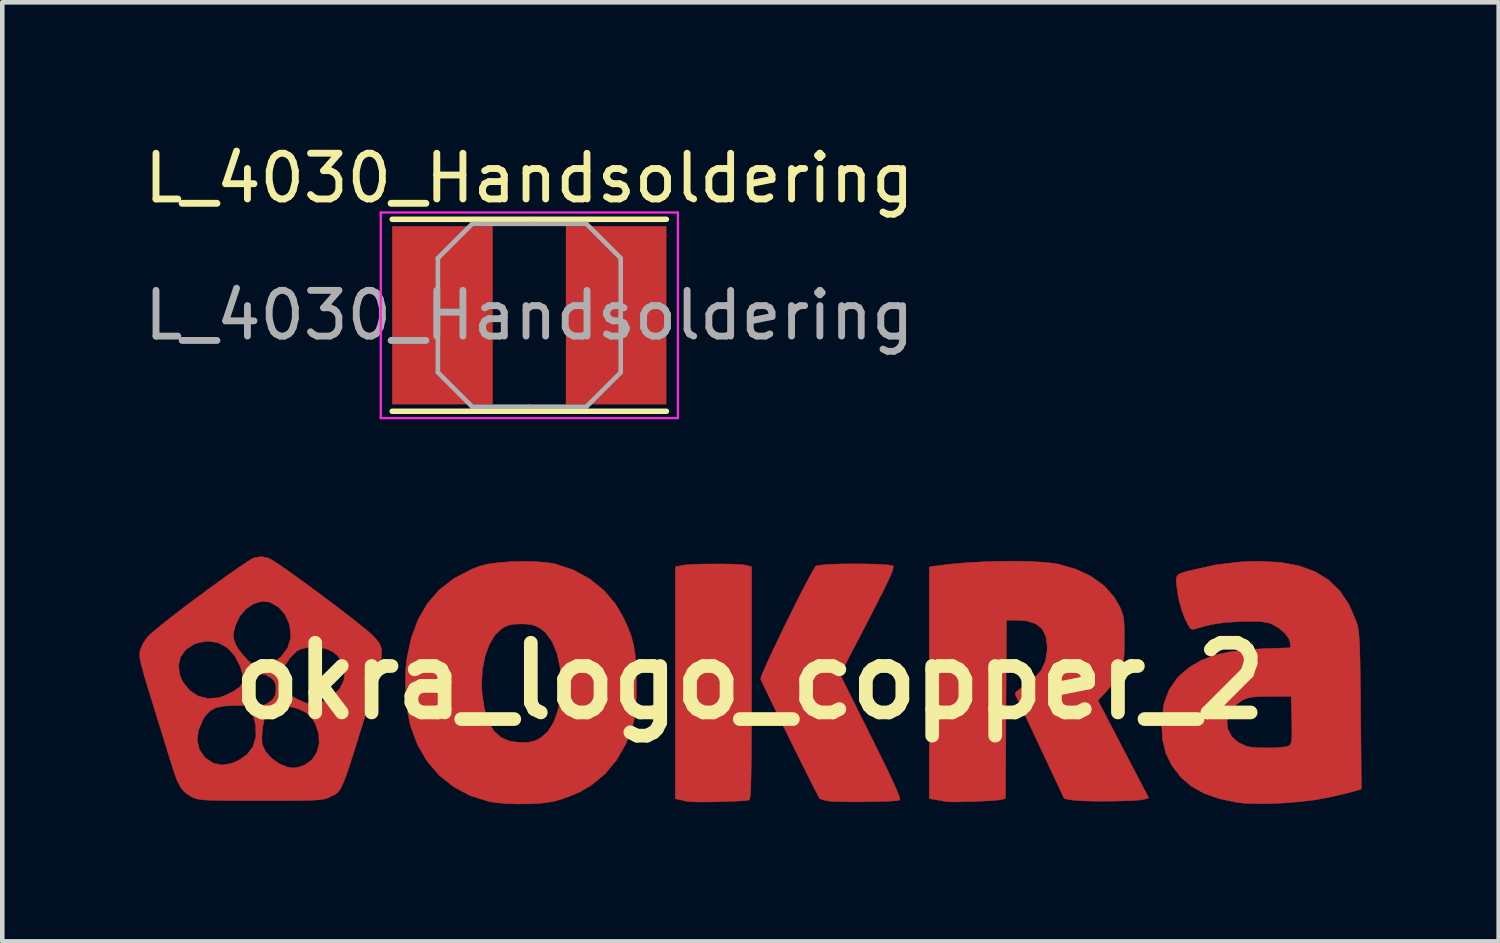
<source format=kicad_pcb>
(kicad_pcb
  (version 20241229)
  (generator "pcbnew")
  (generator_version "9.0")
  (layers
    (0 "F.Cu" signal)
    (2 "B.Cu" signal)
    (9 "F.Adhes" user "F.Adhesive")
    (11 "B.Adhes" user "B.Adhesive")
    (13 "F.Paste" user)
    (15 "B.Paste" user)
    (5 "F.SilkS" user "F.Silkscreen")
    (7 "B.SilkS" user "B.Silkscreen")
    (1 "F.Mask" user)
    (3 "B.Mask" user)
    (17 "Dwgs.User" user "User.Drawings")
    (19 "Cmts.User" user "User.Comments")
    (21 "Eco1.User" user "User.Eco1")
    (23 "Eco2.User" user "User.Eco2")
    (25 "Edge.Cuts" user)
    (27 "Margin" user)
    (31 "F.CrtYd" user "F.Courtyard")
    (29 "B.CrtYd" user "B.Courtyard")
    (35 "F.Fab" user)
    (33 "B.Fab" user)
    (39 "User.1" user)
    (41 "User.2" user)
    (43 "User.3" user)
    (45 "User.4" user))
  (footprint "okra_logo_copper_2"
    (layer "F.Cu")
    (at 13.353 11.847)
    (property "Reference" "okra_logo_copper_2" (at 0 0 0) (layer "F.SilkS") (effects (font (size 1.524 1.524) (thickness 0.3))))
    (attr through_hole)
    (fp_poly (pts (xy -0.58 -2.558) (xy -0.377 -2.554) (xy -0.21 -2.546) (xy -0.096 -2.535) (xy -0.069 -2.529) (xy 0.04 -2.499) (xy 0.04 0.038) (xy 0.039 0.581) (xy 0.038 1.05) (xy 0.036 1.447) (xy 0.033 1.778) (xy 0.029 2.046) (xy 0.024 2.257) (xy 0.018 2.414) (xy 0.01 2.521) (xy 0.001 2.583) (xy -0.008 2.604) (xy -0.062 2.615) (xy -0.179 2.624) (xy -0.342 2.633) (xy -0.535 2.64) (xy -0.74 2.645) (xy -0.942 2.648) (xy -1.123 2.648) (xy -1.267 2.645) (xy -1.357 2.638) (xy -1.369 2.636) (xy -1.476 2.611) (xy -1.538 2.597) (xy -1.627 2.578) (xy -1.627 -2.497) (xy -1.478 -2.528) (xy -1.376 -2.541) (xy -1.216 -2.55) (xy -1.018 -2.556) (xy -0.8 -2.559) (xy -0.58 -2.558)) (stroke (width 0.01) (type solid)) (fill yes) (layer "F.Cu"))
    (fp_poly (pts (xy 2.484 -2.56) (xy 2.7 -2.556) (xy 2.887 -2.548) (xy 3.033 -2.537) (xy 3.121 -2.522) (xy 3.138 -2.514) (xy 3.142 -2.483) (xy 3.125 -2.418) (xy 3.082 -2.311) (xy 3.013 -2.159) (xy 2.913 -1.955) (xy 2.781 -1.693) (xy 2.614 -1.368) (xy 2.58 -1.303) (xy 1.976 -0.139) (xy 2.654 1.219) (xy 2.844 1.602) (xy 2.998 1.918) (xy 3.118 2.17) (xy 3.205 2.362) (xy 3.26 2.497) (xy 3.286 2.577) (xy 3.284 2.606) (xy 3.226 2.618) (xy 3.105 2.628) (xy 2.935 2.636) (xy 2.732 2.641) (xy 2.512 2.645) (xy 2.289 2.646) (xy 2.08 2.644) (xy 1.899 2.639) (xy 1.763 2.632) (xy 1.696 2.623) (xy 1.597 2.599) (xy 1.537 2.579) (xy 1.532 2.576) (xy 1.507 2.533) (xy 1.452 2.428) (xy 1.372 2.272) (xy 1.273 2.075) (xy 1.158 1.846) (xy 1.033 1.595) (xy 0.903 1.331) (xy 0.772 1.065) (xy 0.645 0.807) (xy 0.528 0.565) (xy 0.424 0.35) (xy 0.338 0.172) (xy 0.276 0.04) (xy 0.242 -0.035) (xy 0.238 -0.049) (xy 0.255 -0.107) (xy 0.303 -0.223) (xy 0.376 -0.389) (xy 0.471 -0.594) (xy 0.582 -0.828) (xy 0.703 -1.079) (xy 0.83 -1.339) (xy 0.957 -1.596) (xy 1.08 -1.841) (xy 1.194 -2.062) (xy 1.293 -2.251) (xy 1.372 -2.396) (xy 1.427 -2.487) (xy 1.448 -2.513) (xy 1.516 -2.53) (xy 1.646 -2.543) (xy 1.822 -2.553) (xy 2.031 -2.559) (xy 2.257 -2.561) (xy 2.484 -2.56)) (stroke (width 0.01) (type solid)) (fill yes) (layer "F.Cu"))
    (fp_poly (pts (xy 6.139 -2.613) (xy 6.432 -2.596) (xy 6.669 -2.57) (xy 6.739 -2.558) (xy 7.124 -2.449) (xy 7.461 -2.292) (xy 7.744 -2.089) (xy 7.965 -1.846) (xy 8.089 -1.635) (xy 8.134 -1.533) (xy 8.165 -1.44) (xy 8.183 -1.337) (xy 8.192 -1.203) (xy 8.195 -1.02) (xy 8.195 -0.913) (xy 8.194 -0.699) (xy 8.188 -0.545) (xy 8.174 -0.431) (xy 8.15 -0.336) (xy 8.112 -0.24) (xy 8.089 -0.19) (xy 8 -0.032) (xy 7.883 0.134) (xy 7.8 0.233) (xy 7.617 0.428) (xy 8.173 1.494) (xy 8.729 2.56) (xy 8.621 2.593) (xy 8.537 2.606) (xy 8.391 2.617) (xy 8.2 2.624) (xy 7.98 2.629) (xy 7.749 2.631) (xy 7.524 2.63) (xy 7.322 2.625) (xy 7.159 2.617) (xy 7.062 2.607) (xy 6.881 2.577) (xy 6.348 1.441) (xy 6.217 1.162) (xy 6.097 0.906) (xy 5.992 0.682) (xy 5.906 0.499) (xy 5.844 0.365) (xy 5.809 0.29) (xy 5.803 0.277) (xy 5.827 0.242) (xy 5.901 0.181) (xy 5.982 0.126) (xy 6.214 -0.048) (xy 6.374 -0.23) (xy 6.469 -0.433) (xy 6.507 -0.67) (xy 6.509 -0.737) (xy 6.483 -0.962) (xy 6.403 -1.131) (xy 6.267 -1.246) (xy 6.072 -1.31) (xy 5.875 -1.327) (xy 5.616 -1.33) (xy 5.605 0.621) (xy 5.595 2.571) (xy 5.506 2.597) (xy 5.434 2.607) (xy 5.302 2.618) (xy 5.129 2.628) (xy 4.935 2.637) (xy 4.736 2.643) (xy 4.553 2.647) (xy 4.404 2.647) (xy 4.307 2.643) (xy 4.286 2.64) (xy 4.209 2.624) (xy 4.096 2.603) (xy 4.078 2.6) (xy 3.929 2.576) (xy 3.929 -2.493) (xy 4.078 -2.516) (xy 4.377 -2.554) (xy 4.715 -2.584) (xy 5.076 -2.605) (xy 5.445 -2.617) (xy 5.804 -2.62) (xy 6.139 -2.613)) (stroke (width 0.01) (type solid)) (fill yes) (layer "F.Cu"))
    (fp_poly (pts (xy -4.7 -2.611) (xy -4.456 -2.593) (xy -4.27 -2.563) (xy -3.87 -2.432) (xy -3.51 -2.238) (xy -3.198 -1.988) (xy -2.94 -1.687) (xy -2.777 -1.413) (xy -2.671 -1.183) (xy -2.593 -0.978) (xy -2.539 -0.777) (xy -2.505 -0.56) (xy -2.487 -0.308) (xy -2.481 0.001) (xy -2.481 0.06) (xy -2.484 0.339) (xy -2.493 0.555) (xy -2.509 0.726) (xy -2.533 0.868) (xy -2.554 0.953) (xy -2.704 1.365) (xy -2.912 1.729) (xy -3.171 2.039) (xy -3.479 2.291) (xy -3.706 2.423) (xy -3.894 2.505) (xy -4.098 2.58) (xy -4.278 2.633) (xy -4.306 2.639) (xy -4.531 2.672) (xy -4.804 2.689) (xy -5.096 2.692) (xy -5.379 2.68) (xy -5.625 2.653) (xy -5.712 2.637) (xy -6.115 2.511) (xy -6.477 2.319) (xy -6.794 2.065) (xy -7.06 1.755) (xy -7.271 1.392) (xy -7.42 0.992) (xy -7.476 0.728) (xy -7.514 0.417) (xy -7.532 0.09) (xy -7.532 0.066) (xy -5.867 0.066) (xy -5.857 0.267) (xy -5.806 0.611) (xy -5.722 0.885) (xy -5.601 1.093) (xy -5.442 1.237) (xy -5.241 1.322) (xy -5.004 1.348) (xy -4.83 1.34) (xy -4.697 1.308) (xy -4.585 1.253) (xy -4.42 1.112) (xy -4.289 0.905) (xy -4.195 0.64) (xy -4.14 0.326) (xy -4.128 0.06) (xy -4.15 -0.289) (xy -4.215 -0.595) (xy -4.319 -0.851) (xy -4.459 -1.047) (xy -4.569 -1.139) (xy -4.676 -1.2) (xy -4.782 -1.233) (xy -4.919 -1.246) (xy -5.001 -1.247) (xy -5.163 -1.241) (xy -5.28 -1.218) (xy -5.382 -1.171) (xy -5.429 -1.141) (xy -5.578 -0.999) (xy -5.7 -0.794) (xy -5.791 -0.539) (xy -5.848 -0.248) (xy -5.867 0.066) (xy -7.532 0.066) (xy -7.529 -0.223) (xy -7.505 -0.476) (xy -7.404 -0.943) (xy -7.252 -1.351) (xy -7.047 -1.701) (xy -6.787 -1.998) (xy -6.468 -2.243) (xy -6.089 -2.442) (xy -5.914 -2.51) (xy -5.743 -2.554) (xy -5.515 -2.586) (xy -5.251 -2.607) (xy -4.972 -2.616) (xy -4.7 -2.611)) (stroke (width 0.01) (type solid)) (fill yes) (layer "F.Cu"))
    (fp_poly (pts (xy 11.6 -2.595) (xy 12.009 -2.52) (xy 12.361 -2.393) (xy 12.659 -2.212) (xy 12.907 -1.974) (xy 13.106 -1.679) (xy 13.261 -1.324) (xy 13.279 -1.27) (xy 13.297 -1.209) (xy 13.311 -1.137) (xy 13.323 -1.047) (xy 13.333 -0.932) (xy 13.341 -0.782) (xy 13.348 -0.591) (xy 13.353 -0.35) (xy 13.358 -0.052) (xy 13.362 0.311) (xy 13.365 0.658) (xy 13.381 2.367) (xy 13.216 2.416) (xy 13.11 2.444) (xy 12.95 2.483) (xy 12.758 2.527) (xy 12.588 2.563) (xy 12.327 2.608) (xy 12.024 2.644) (xy 11.7 2.67) (xy 11.375 2.684) (xy 11.072 2.686) (xy 10.81 2.675) (xy 10.658 2.657) (xy 10.265 2.575) (xy 9.937 2.459) (xy 9.665 2.307) (xy 9.439 2.113) (xy 9.429 2.102) (xy 9.235 1.853) (xy 9.103 1.583) (xy 9.031 1.279) (xy 9.012 0.928) (xy 9.014 0.884) (xy 10.44 0.884) (xy 10.46 1.055) (xy 10.541 1.213) (xy 10.683 1.344) (xy 10.871 1.431) (xy 10.977 1.45) (xy 11.129 1.461) (xy 11.304 1.465) (xy 11.48 1.462) (xy 11.637 1.452) (xy 11.753 1.436) (xy 11.801 1.418) (xy 11.829 1.389) (xy 11.848 1.339) (xy 11.858 1.257) (xy 11.861 1.127) (xy 11.86 0.937) (xy 11.858 0.853) (xy 11.847 0.337) (xy 11.39 0.338) (xy 11.183 0.341) (xy 11.035 0.349) (xy 10.927 0.365) (xy 10.839 0.393) (xy 10.764 0.429) (xy 10.59 0.557) (xy 10.483 0.713) (xy 10.44 0.884) (xy 9.014 0.884) (xy 9.016 0.828) (xy 9.064 0.491) (xy 9.17 0.203) (xy 9.338 -0.045) (xy 9.417 -0.128) (xy 9.634 -0.309) (xy 9.879 -0.452) (xy 10.162 -0.56) (xy 10.492 -0.636) (xy 10.881 -0.684) (xy 11.222 -0.704) (xy 11.827 -0.725) (xy 11.827 -0.824) (xy 11.793 -0.929) (xy 11.704 -1.045) (xy 11.578 -1.154) (xy 11.436 -1.239) (xy 11.349 -1.271) (xy 11.188 -1.296) (xy 10.952 -1.304) (xy 10.696 -1.297) (xy 10.423 -1.28) (xy 10.197 -1.252) (xy 9.986 -1.208) (xy 9.757 -1.142) (xy 9.733 -1.134) (xy 9.682 -1.126) (xy 9.639 -1.15) (xy 9.593 -1.219) (xy 9.53 -1.346) (xy 9.525 -1.356) (xy 9.455 -1.538) (xy 9.396 -1.745) (xy 9.368 -1.885) (xy 9.341 -2.076) (xy 9.33 -2.204) (xy 9.343 -2.286) (xy 9.389 -2.336) (xy 9.476 -2.372) (xy 9.611 -2.409) (xy 9.634 -2.415) (xy 10.207 -2.542) (xy 10.762 -2.607) (xy 11.131 -2.619) (xy 11.6 -2.595)) (stroke (width 0.01) (type solid)) (fill yes) (layer "F.Cu"))
    (fp_poly (pts (xy -10.529 -2.687) (xy -10.46 -2.651) (xy -10.338 -2.572) (xy -10.173 -2.459) (xy -9.974 -2.318) (xy -9.75 -2.157) (xy -9.512 -1.982) (xy -9.269 -1.801) (xy -9.031 -1.621) (xy -8.806 -1.449) (xy -8.605 -1.292) (xy -8.437 -1.157) (xy -8.312 -1.052) (xy -8.248 -0.992) (xy -8.171 -0.91) (xy -8.112 -0.835) (xy -8.072 -0.756) (xy -8.052 -0.665) (xy -8.053 -0.552) (xy -8.075 -0.409) (xy -8.118 -0.225) (xy -8.183 0.009) (xy -8.272 0.303) (xy -8.352 0.562) (xy -8.482 0.984) (xy -8.592 1.336) (xy -8.683 1.626) (xy -8.758 1.86) (xy -8.821 2.045) (xy -8.874 2.187) (xy -8.92 2.294) (xy -8.961 2.37) (xy -9.001 2.425) (xy -9.041 2.463) (xy -9.086 2.491) (xy -9.138 2.516) (xy -9.184 2.538) (xy -9.233 2.56) (xy -9.285 2.578) (xy -9.35 2.591) (xy -9.437 2.602) (xy -9.554 2.609) (xy -9.71 2.614) (xy -9.914 2.617) (xy -10.175 2.619) (xy -10.502 2.619) (xy -10.698 2.619) (xy -11.062 2.619) (xy -11.356 2.618) (xy -11.588 2.616) (xy -11.767 2.612) (xy -11.902 2.606) (xy -12.003 2.597) (xy -12.077 2.586) (xy -12.134 2.57) (xy -12.184 2.55) (xy -12.213 2.536) (xy -12.342 2.454) (xy -12.444 2.339) (xy -12.53 2.178) (xy -12.61 1.953) (xy -12.613 1.945) (xy -12.645 1.839) (xy -12.698 1.67) (xy -12.765 1.451) (xy -12.813 1.297) (xy -12.089 1.297) (xy -12.043 1.496) (xy -11.925 1.669) (xy -11.91 1.683) (xy -11.74 1.799) (xy -11.549 1.84) (xy -11.337 1.805) (xy -11.192 1.744) (xy -10.994 1.607) (xy -10.865 1.43) (xy -10.804 1.217) (xy -10.674 1.217) (xy -10.668 1.371) (xy -10.661 1.402) (xy -10.587 1.555) (xy -10.456 1.697) (xy -10.289 1.814) (xy -10.109 1.887) (xy -9.987 1.904) (xy -9.873 1.887) (xy -9.748 1.845) (xy -9.739 1.841) (xy -9.577 1.724) (xy -9.47 1.562) (xy -9.42 1.368) (xy -9.43 1.158) (xy -9.501 0.944) (xy -9.573 0.823) (xy -9.705 0.693) (xy -9.895 0.603) (xy -10.094 0.557) (xy -10.282 0.536) (xy -10.413 0.549) (xy -10.504 0.601) (xy -10.571 0.698) (xy -10.575 0.708) (xy -10.624 0.852) (xy -10.659 1.033) (xy -10.674 1.217) (xy -10.804 1.217) (xy -10.803 1.214) (xy -10.811 0.962) (xy -10.868 0.734) (xy -10.934 0.536) (xy -11.271 0.538) (xy -11.506 0.55) (xy -11.679 0.587) (xy -11.809 0.657) (xy -11.912 0.767) (xy -11.96 0.844) (xy -12.061 1.078) (xy -12.089 1.297) (xy -12.813 1.297) (xy -12.845 1.193) (xy -12.933 0.91) (xy -13.025 0.614) (xy -13.034 0.583) (xy -13.133 0.262) (xy -13.211 0.007) (xy -13.268 -0.191) (xy -13.308 -0.337) (xy -12.498 -0.337) (xy -12.472 -0.136) (xy -12.402 0.024) (xy -12.25 0.212) (xy -12.061 0.334) (xy -11.846 0.387) (xy -11.616 0.366) (xy -11.477 0.317) (xy -11.282 0.221) (xy -11.244 0.194) (xy -11.033 0.194) (xy -11.02 0.311) (xy -10.969 0.396) (xy -10.904 0.453) (xy -10.787 0.531) (xy -10.689 0.548) (xy -10.58 0.507) (xy -10.513 0.465) (xy -10.421 0.388) (xy -10.378 0.3) (xy -10.366 0.207) (xy -10.368 0.086) (xy -10.393 0.027) (xy -10.311 0.027) (xy -10.306 0.094) (xy -10.259 0.154) (xy -10.197 0.209) (xy -10.06 0.309) (xy -9.899 0.401) (xy -9.739 0.472) (xy -9.605 0.511) (xy -9.565 0.515) (xy -9.466 0.498) (xy -9.342 0.456) (xy -9.307 0.441) (xy -9.105 0.314) (xy -8.962 0.156) (xy -8.879 -0.021) (xy -8.859 -0.206) (xy -8.903 -0.386) (xy -9.014 -0.549) (xy -9.119 -0.637) (xy -9.27 -0.705) (xy -9.457 -0.738) (xy -9.65 -0.736) (xy -9.821 -0.697) (xy -9.909 -0.651) (xy -10.055 -0.507) (xy -10.184 -0.316) (xy -10.275 -0.109) (xy -10.283 -0.083) (xy -10.311 0.027) (xy -10.393 0.027) (xy -10.404 0.001) (xy -10.461 -0.059) (xy -10.6 -0.143) (xy -10.743 -0.158) (xy -10.874 -0.113) (xy -10.975 -0.014) (xy -11.029 0.131) (xy -11.033 0.194) (xy -11.244 0.194) (xy -11.157 0.132) (xy -11.093 0.036) (xy -11.083 -0.082) (xy -11.12 -0.236) (xy -11.152 -0.328) (xy -11.273 -0.56) (xy -11.435 -0.731) (xy -11.63 -0.836) (xy -11.847 -0.871) (xy -12.079 -0.832) (xy -12.173 -0.795) (xy -12.345 -0.679) (xy -12.454 -0.522) (xy -12.498 -0.337) (xy -13.308 -0.337) (xy -13.309 -0.34) (xy -13.334 -0.452) (xy -13.346 -0.535) (xy -13.348 -0.598) (xy -13.341 -0.65) (xy -13.333 -0.681) (xy -13.277 -0.813) (xy -13.19 -0.944) (xy -13.164 -0.975) (xy -13.161 -0.978) (xy -11.298 -0.978) (xy -11.28 -0.889) (xy -11.253 -0.811) (xy -11.197 -0.71) (xy -11.105 -0.589) (xy -10.994 -0.465) (xy -10.879 -0.354) (xy -10.777 -0.273) (xy -10.704 -0.238) (xy -10.699 -0.238) (xy -10.641 -0.259) (xy -10.543 -0.312) (xy -10.46 -0.364) (xy -10.245 -0.538) (xy -10.108 -0.726) (xy -10.045 -0.93) (xy -10.041 -1.005) (xy -10.073 -1.242) (xy -10.164 -1.449) (xy -10.305 -1.612) (xy -10.487 -1.717) (xy -10.511 -1.725) (xy -10.682 -1.739) (xy -10.856 -1.686) (xy -11.018 -1.577) (xy -11.153 -1.421) (xy -11.247 -1.229) (xy -11.256 -1.202) (xy -11.29 -1.07) (xy -11.298 -0.978) (xy -13.161 -0.978) (xy -13.082 -1.051) (xy -12.95 -1.162) (xy -12.777 -1.301) (xy -12.572 -1.461) (xy -12.344 -1.635) (xy -12.103 -1.816) (xy -11.858 -1.997) (xy -11.619 -2.171) (xy -11.395 -2.332) (xy -11.195 -2.472) (xy -11.029 -2.584) (xy -10.906 -2.662) (xy -10.835 -2.699) (xy -10.832 -2.699) (xy -10.678 -2.719) (xy -10.529 -2.687)) (stroke (width 0.01) (type solid)) (fill yes) (layer "F.Cu")))
  (footprint "L_4030_Handsoldering"
    (layer "F.Cu")
    (at 8.53 3.848)
    (property "Reference" "L_4030_Handsoldering" (at 0 -3 0) (layer "F.SilkS") (effects (font (size 1 1) (thickness 0.15))))
    (attr smd)
    (fp_line (start -3 -2.1) (end 3 -2.1) (stroke (width 0.12) (type solid)) (layer "F.SilkS"))
    (fp_line (start -3 2.1) (end 3 2.1) (stroke (width 0.12) (type solid)) (layer "F.SilkS"))
    (fp_line (start -3.25 -2.25) (end -3.25 2.25) (stroke (width 0.05) (type solid)) (layer "F.CrtYd"))
    (fp_line (start -3.25 2.25) (end 3.25 2.25) (stroke (width 0.05) (type solid)) (layer "F.CrtYd"))
    (fp_line (start 3.25 -2.25) (end -3.25 -2.25) (stroke (width 0.05) (type solid)) (layer "F.CrtYd"))
    (fp_line (start 3.25 2.25) (end 3.25 -2.25) (stroke (width 0.05) (type solid)) (layer "F.CrtYd"))
    (fp_line (start -2 -1.25) (end -1.25 -2) (stroke (width 0.1) (type solid)) (layer "F.Fab"))
    (fp_line (start -2 0) (end -2 -1.25) (stroke (width 0.1) (type solid)) (layer "F.Fab"))
    (fp_line (start -2 0) (end -2 1.25) (stroke (width 0.1) (type solid)) (layer "F.Fab"))
    (fp_line (start -2 1.25) (end -1.25 2) (stroke (width 0.1) (type solid)) (layer "F.Fab"))
    (fp_line (start -1.25 -2) (end 0 -2) (stroke (width 0.1) (type solid)) (layer "F.Fab"))
    (fp_line (start -1.25 2) (end 0 2) (stroke (width 0.1) (type solid)) (layer "F.Fab"))
    (fp_line (start 1.25 -2) (end 0 -2) (stroke (width 0.1) (type solid)) (layer "F.Fab"))
    (fp_line (start 1.25 2) (end 0 2) (stroke (width 0.1) (type solid)) (layer "F.Fab"))
    (fp_line (start 2 -1.25) (end 1.25 -2) (stroke (width 0.1) (type solid)) (layer "F.Fab"))
    (fp_line (start 2 0) (end 2 -1.25) (stroke (width 0.1) (type solid)) (layer "F.Fab"))
    (fp_line (start 2 0) (end 2 1.25) (stroke (width 0.1) (type solid)) (layer "F.Fab"))
    (fp_line (start 2 1.25) (end 1.25 2) (stroke (width 0.1) (type solid)) (layer "F.Fab"))
    (fp_text user "${REFERENCE}" (at 0 0 0) (layer "F.Fab") (effects (font (size 1 1) (thickness 0.15))))
    (pad "1" smd rect (at -1.9 0) (size 2.2 3.9) (layers "F.Cu" "F.Mask" "F.Paste"))
    (pad "2" smd rect (at 1.9 0) (size 2.2 3.9) (layers "F.Cu" "F.Mask" "F.Paste")))
  (gr_rect
    (start -3 -3)
    (end 29.738 17.545)
    (stroke (width 0.1) (type default))
    (fill no)
    (layer "Edge.Cuts")))
</source>
